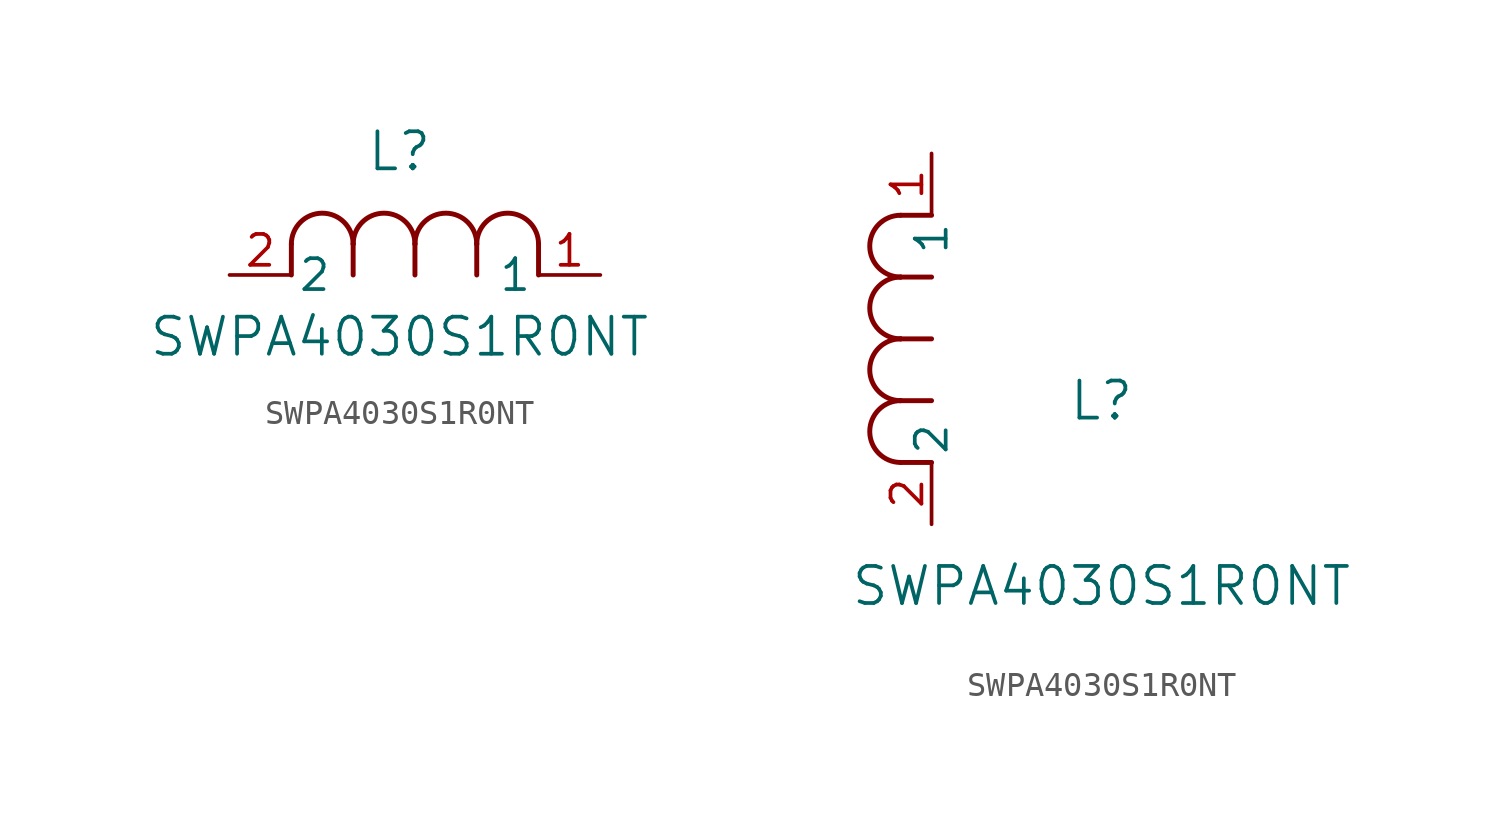
<source format=kicad_sym>
(kicad_symbol_lib
  (version 20211014)
  (generator kicad_symbol_editor)
  (symbol "SWPA4030S1R0NT"
    (pin_names
      (offset 0.254))
    (property "Reference" "L"
      (at 6.985 5.08 0)
      (effects (font (size 1.524 1.524))))
    (property "Value" "SWPA4030S1R0NT"
      (at 6.985 -2.54 0)
      (effects (font (size 1.524 1.524))))
    (symbol "SWPA4030S1R0NT_1_1"
      (arc (start 7.62 1.27) (mid 6.35 2.54) (end 5.08 1.27) (stroke (width 0.2032) (type default) (color 0 0 0 0)) (fill (type none)))
      (polyline (pts (xy 5.08 0) (xy 5.08 1.27)) (stroke (width 0.203) (type default) (color 0 0 0 0)) (fill (type none)))
      (polyline (pts (xy 7.62 0) (xy 7.62 1.27)) (stroke (width 0.203) (type default) (color 0 0 0 0)) (fill (type none)))
      (polyline (pts (xy 12.7 0) (xy 12.7 1.27)) (stroke (width 0.203) (type default) (color 0 0 0 0)) (fill (type none)))
      (arc (start 5.08 1.27) (mid 3.81 2.54) (end 2.54 1.27) (stroke (width 0.2032) (type default) (color 0 0 0 0)) (fill (type none)))
      (arc (start 10.16 1.27) (mid 8.89 2.54) (end 7.62 1.27) (stroke (width 0.2032) (type default) (color 0 0 0 0)) (fill (type none)))
      (arc (start 12.7 1.27) (mid 11.43 2.54) (end 10.16 1.27) (stroke (width 0.2032) (type default) (color 0 0 0 0)) (fill (type none)))
      (polyline (pts (xy 2.54 0) (xy 2.54 1.27)) (stroke (width 0.203) (type default) (color 0 0 0 0)) (fill (type none)))
      (polyline (pts (xy 10.16 0) (xy 10.16 1.27)) (stroke (width 0.203) (type default) (color 0 0 0 0)) (fill (type none)))
      (pin unspecified line (at 0 0 0) (length 2.54) (name "2" (effects (font (size 1.27 1.27)))) (number "2" (effects (font (size 1.27 1.27)))))
      (pin unspecified line (at 15.24 0 180) (length 2.54) (name "1" (effects (font (size 1.27 1.27)))) (number "1" (effects (font (size 1.27 1.27))))))
    (symbol "SWPA4030S1R0NT_1_2"
      (arc (start -1.27 7.62) (mid -2.54 6.35) (end -1.27 5.08) (stroke (width 0.2032) (type default) (color 0 0 0 0)) (fill (type none)))
      (arc (start -1.27 5.08) (mid -2.54 3.81) (end -1.27 2.54) (stroke (width 0.2032) (type default) (color 0 0 0 0)) (fill (type none)))
      (arc (start -1.27 12.7) (mid -2.54 11.43) (end -1.27 10.16) (stroke (width 0.2032) (type default) (color 0 0 0 0)) (fill (type none)))
      (arc (start -1.27 10.16) (mid -2.54 8.89) (end -1.27 7.62) (stroke (width 0.2032) (type default) (color 0 0 0 0)) (fill (type none)))
      (polyline (pts (xy 0 7.62) (xy -1.27 7.62)) (stroke (width 0.203) (type default) (color 0 0 0 0)) (fill (type none)))
      (polyline (pts (xy 0 5.08) (xy -1.27 5.08)) (stroke (width 0.203) (type default) (color 0 0 0 0)) (fill (type none)))
      (polyline (pts (xy 0 12.7) (xy -1.27 12.7)) (stroke (width 0.203) (type default) (color 0 0 0 0)) (fill (type none)))
      (polyline (pts (xy 0 2.54) (xy -1.27 2.54)) (stroke (width 0.203) (type default) (color 0 0 0 0)) (fill (type none)))
      (polyline (pts (xy 0 10.16) (xy -1.27 10.16)) (stroke (width 0.203) (type default) (color 0 0 0 0)) (fill (type none)))
      (pin unspecified line (at 0 0 90) (length 2.54) (name "2" (effects (font (size 1.27 1.27)))) (number "2" (effects (font (size 1.27 1.27)))))
      (pin unspecified line (at 0 15.24 270) (length 2.54) (name "1" (effects (font (size 1.27 1.27)))) (number "1" (effects (font (size 1.27 1.27))))))))
</source>
